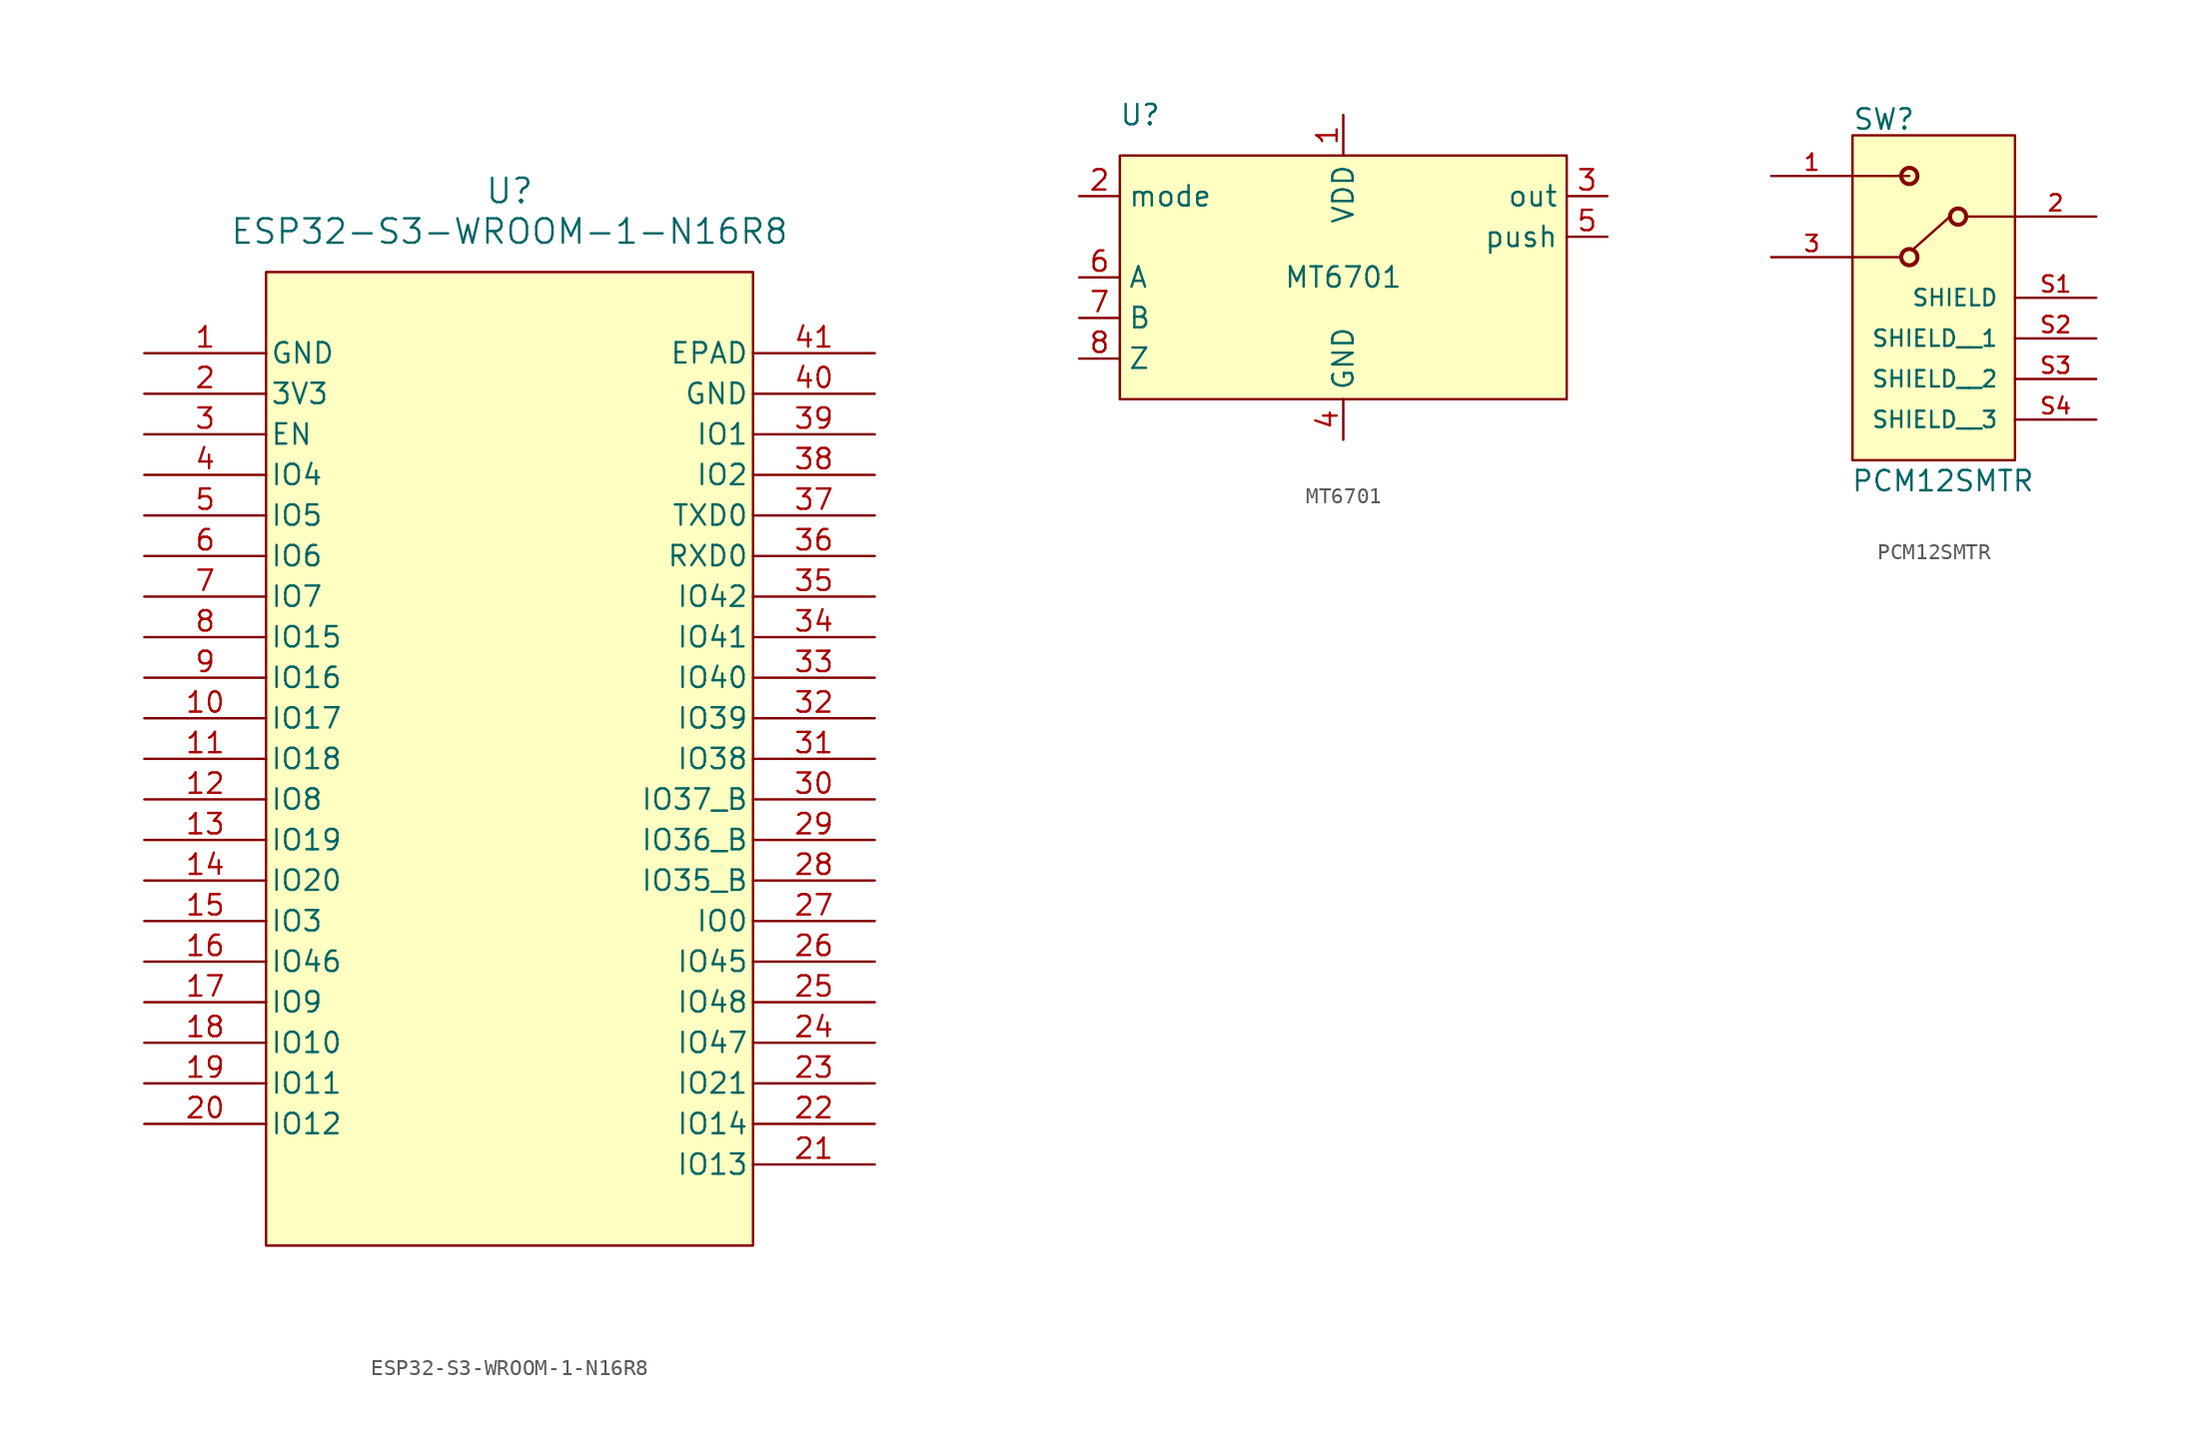
<source format=kicad_sym>
(kicad_symbol_lib
  (version 20220914)
  (generator kicad_symbol_editor)
  (symbol "ESP32-S3-WROOM-1-N16R8"
    (pin_names
      (offset 0.254))
    (property "Reference" "U"
      (at 0 35.56 0)
      (effects (font (size 1.524 1.524))))
    (property "Value" "ESP32-S3-WROOM-1-N16R8"
      (at 0 33.02 0)
      (effects (font (size 1.524 1.524))))
    (property "ki_locked" ""
      (at 0 0 0)
      (effects (font (size 1.27 1.27))))
    (symbol "ESP32-S3-WROOM-1-N16R8_0_1"
      (pin power_out line (at -22.86 25.4 0) (length 7.62) (name "GND" (effects (font (size 1.27 1.27)))) (number "1" (effects (font (size 1.27 1.27)))))
      (pin bidirectional line (at -22.86 2.54 0) (length 7.62) (name "IO17" (effects (font (size 1.27 1.27)))) (number "10" (effects (font (size 1.27 1.27)))))
      (pin bidirectional line (at -22.86 0 0) (length 7.62) (name "IO18" (effects (font (size 1.27 1.27)))) (number "11" (effects (font (size 1.27 1.27)))))
      (pin bidirectional line (at -22.86 -2.54 0) (length 7.62) (name "IO8" (effects (font (size 1.27 1.27)))) (number "12" (effects (font (size 1.27 1.27)))))
      (pin bidirectional line (at -22.86 -5.08 0) (length 7.62) (name "IO19" (effects (font (size 1.27 1.27)))) (number "13" (effects (font (size 1.27 1.27)))))
      (pin bidirectional line (at -22.86 -7.62 0) (length 7.62) (name "IO20" (effects (font (size 1.27 1.27)))) (number "14" (effects (font (size 1.27 1.27)))))
      (pin bidirectional line (at -22.86 -10.16 0) (length 7.62) (name "IO3" (effects (font (size 1.27 1.27)))) (number "15" (effects (font (size 1.27 1.27)))))
      (pin bidirectional line (at -22.86 -12.7 0) (length 7.62) (name "IO46" (effects (font (size 1.27 1.27)))) (number "16" (effects (font (size 1.27 1.27)))))
      (pin bidirectional line (at -22.86 -15.24 0) (length 7.62) (name "IO9" (effects (font (size 1.27 1.27)))) (number "17" (effects (font (size 1.27 1.27)))))
      (pin bidirectional line (at -22.86 -17.78 0) (length 7.62) (name "IO10" (effects (font (size 1.27 1.27)))) (number "18" (effects (font (size 1.27 1.27)))))
      (pin bidirectional line (at -22.86 -20.32 0) (length 7.62) (name "IO11" (effects (font (size 1.27 1.27)))) (number "19" (effects (font (size 1.27 1.27)))))
      (pin power_in line (at -22.86 22.86 0) (length 7.62) (name "3V3" (effects (font (size 1.27 1.27)))) (number "2" (effects (font (size 1.27 1.27)))))
      (pin bidirectional line (at -22.86 -22.86 0) (length 7.62) (name "IO12" (effects (font (size 1.27 1.27)))) (number "20" (effects (font (size 1.27 1.27)))))
      (pin bidirectional line (at 22.86 -25.4 180) (length 7.62) (name "IO13" (effects (font (size 1.27 1.27)))) (number "21" (effects (font (size 1.27 1.27)))))
      (pin bidirectional line (at 22.86 -22.86 180) (length 7.62) (name "IO14" (effects (font (size 1.27 1.27)))) (number "22" (effects (font (size 1.27 1.27)))))
      (pin bidirectional line (at 22.86 -20.32 180) (length 7.62) (name "IO21" (effects (font (size 1.27 1.27)))) (number "23" (effects (font (size 1.27 1.27)))))
      (pin bidirectional line (at 22.86 -17.78 180) (length 7.62) (name "IO47" (effects (font (size 1.27 1.27)))) (number "24" (effects (font (size 1.27 1.27)))))
      (pin bidirectional line (at 22.86 -15.24 180) (length 7.62) (name "IO48" (effects (font (size 1.27 1.27)))) (number "25" (effects (font (size 1.27 1.27)))))
      (pin bidirectional line (at 22.86 -12.7 180) (length 7.62) (name "IO45" (effects (font (size 1.27 1.27)))) (number "26" (effects (font (size 1.27 1.27)))))
      (pin bidirectional line (at 22.86 -10.16 180) (length 7.62) (name "IO0" (effects (font (size 1.27 1.27)))) (number "27" (effects (font (size 1.27 1.27)))))
      (pin bidirectional line (at 22.86 -7.62 180) (length 7.62) (name "IO35_B" (effects (font (size 1.27 1.27)))) (number "28" (effects (font (size 1.27 1.27)))))
      (pin bidirectional line (at 22.86 -5.08 180) (length 7.62) (name "IO36_B" (effects (font (size 1.27 1.27)))) (number "29" (effects (font (size 1.27 1.27)))))
      (pin input line (at -22.86 20.32 0) (length 7.62) (name "EN" (effects (font (size 1.27 1.27)))) (number "3" (effects (font (size 1.27 1.27)))))
      (pin bidirectional line (at 22.86 -2.54 180) (length 7.62) (name "IO37_B" (effects (font (size 1.27 1.27)))) (number "30" (effects (font (size 1.27 1.27)))))
      (pin bidirectional line (at 22.86 0 180) (length 7.62) (name "IO38" (effects (font (size 1.27 1.27)))) (number "31" (effects (font (size 1.27 1.27)))))
      (pin bidirectional line (at 22.86 2.54 180) (length 7.62) (name "IO39" (effects (font (size 1.27 1.27)))) (number "32" (effects (font (size 1.27 1.27)))))
      (pin bidirectional line (at 22.86 5.08 180) (length 7.62) (name "IO40" (effects (font (size 1.27 1.27)))) (number "33" (effects (font (size 1.27 1.27)))))
      (pin bidirectional line (at 22.86 7.62 180) (length 7.62) (name "IO41" (effects (font (size 1.27 1.27)))) (number "34" (effects (font (size 1.27 1.27)))))
      (pin bidirectional line (at 22.86 10.16 180) (length 7.62) (name "IO42" (effects (font (size 1.27 1.27)))) (number "35" (effects (font (size 1.27 1.27)))))
      (pin bidirectional line (at 22.86 12.7 180) (length 7.62) (name "RXD0" (effects (font (size 1.27 1.27)))) (number "36" (effects (font (size 1.27 1.27)))))
      (pin bidirectional line (at 22.86 15.24 180) (length 7.62) (name "TXD0" (effects (font (size 1.27 1.27)))) (number "37" (effects (font (size 1.27 1.27)))))
      (pin bidirectional line (at 22.86 17.78 180) (length 7.62) (name "IO2" (effects (font (size 1.27 1.27)))) (number "38" (effects (font (size 1.27 1.27)))))
      (pin bidirectional line (at 22.86 20.32 180) (length 7.62) (name "IO1" (effects (font (size 1.27 1.27)))) (number "39" (effects (font (size 1.27 1.27)))))
      (pin bidirectional line (at -22.86 17.78 0) (length 7.62) (name "IO4" (effects (font (size 1.27 1.27)))) (number "4" (effects (font (size 1.27 1.27)))))
      (pin power_out line (at 22.86 22.86 180) (length 7.62) (name "GND" (effects (font (size 1.27 1.27)))) (number "40" (effects (font (size 1.27 1.27)))))
      (pin power_out line (at 22.86 25.4 180) (length 7.62) (name "EPAD" (effects (font (size 1.27 1.27)))) (number "41" (effects (font (size 1.27 1.27)))))
      (pin bidirectional line (at -22.86 15.24 0) (length 7.62) (name "IO5" (effects (font (size 1.27 1.27)))) (number "5" (effects (font (size 1.27 1.27)))))
      (pin bidirectional line (at -22.86 12.7 0) (length 7.62) (name "IO6" (effects (font (size 1.27 1.27)))) (number "6" (effects (font (size 1.27 1.27)))))
      (pin bidirectional line (at -22.86 10.16 0) (length 7.62) (name "IO7" (effects (font (size 1.27 1.27)))) (number "7" (effects (font (size 1.27 1.27)))))
      (pin bidirectional line (at -22.86 7.62 0) (length 7.62) (name "IO15" (effects (font (size 1.27 1.27)))) (number "8" (effects (font (size 1.27 1.27)))))
      (pin bidirectional line (at -22.86 5.08 0) (length 7.62) (name "IO16" (effects (font (size 1.27 1.27)))) (number "9" (effects (font (size 1.27 1.27))))))
    (symbol "ESP32-S3-WROOM-1-N16R8_1_1"
      (rectangle (start -15.24 30.48) (end 15.24 -30.48) (stroke (width 0) (type default)) (fill (type background)))))
  (symbol "MT6701"
    (property "Reference" "U"
      (at -12.7 10.16 0)
      (effects (font (size 1.27 1.27))))
    (property "Value" "MT6701"
      (at 0 0 0)
      (effects (font (size 1.27 1.27))))
    (symbol "MT6701_1_1"
      (rectangle (start -13.97 7.62) (end 13.97 -7.62) (stroke (width 0) (type default)) (fill (type background)))
      (pin power_in line (at 0 10.16 270) (length 2.54) (name "VDD" (effects (font (size 1.27 1.27)))) (number "1" (effects (font (size 1.27 1.27)))))
      (pin input line (at -16.51 5.08 0) (length 2.54) (name "mode" (effects (font (size 1.27 1.27)))) (number "2" (effects (font (size 1.27 1.27)))))
      (pin output line (at 16.51 5.08 180) (length 2.54) (name "out" (effects (font (size 1.27 1.27)))) (number "3" (effects (font (size 1.27 1.27)))))
      (pin power_in line (at 0 -10.16 90) (length 2.54) (name "GND" (effects (font (size 1.27 1.27)))) (number "4" (effects (font (size 1.27 1.27)))))
      (pin output line (at 16.51 2.54 180) (length 2.54) (name "push" (effects (font (size 1.27 1.27)))) (number "5" (effects (font (size 1.27 1.27)))))
      (pin bidirectional line (at -16.51 0 0) (length 2.54) (name "A" (effects (font (size 1.27 1.27)))) (number "6" (effects (font (size 1.27 1.27)))))
      (pin bidirectional line (at -16.51 -2.54 0) (length 2.54) (name "B" (effects (font (size 1.27 1.27)))) (number "7" (effects (font (size 1.27 1.27)))))
      (pin bidirectional line (at -16.51 -5.08 0) (length 2.54) (name "Z" (effects (font (size 1.27 1.27)))) (number "8" (effects (font (size 1.27 1.27)))))))
  (symbol "PCM12SMTR"
    (pin_names
      (offset 1.016))
    (property "Reference" "SW"
      (at -5.084 5.339 0)
      (effects (font (size 1.27 1.27)) (justify left bottom)))
    (property "Value" "PCM12SMTR"
      (at -5.181 -17.282 0)
      (effects (font (size 1.27 1.27)) (justify left bottom)))
    (symbol "PCM12SMTR_0_0"
      (rectangle (start -5.08 -15.24) (end 5.08 5.08) (stroke (width 0.152) (type default)) (fill (type background)))
      (circle (center -1.524 -2.54) (radius 0.508) (stroke (width 0.254) (type default)) (fill (type none)))
      (circle (center -1.524 2.54) (radius 0.508) (stroke (width 0.254) (type default)) (fill (type none)))
      (polyline (pts (xy -5.08 -2.54) (xy -2.032 -2.54)) (stroke (width 0.152) (type default)) (fill (type none)))
      (polyline (pts (xy -5.08 2.54) (xy -1.524 2.54)) (stroke (width 0.152) (type default)) (fill (type none)))
      (polyline (pts (xy 1.016 0) (xy -1.27 -2.032)) (stroke (width 0.152) (type default)) (fill (type none)))
      (polyline (pts (xy 2.032 0) (xy 5.08 0)) (stroke (width 0.152) (type default)) (fill (type none)))
      (circle (center 1.524 0) (radius 0.508) (stroke (width 0.254) (type default)) (fill (type none)))
      (pin passive line (at -10.16 2.54 0) (length 5.08) (name "~" (effects (font (size 1.016 1.016)))) (number "1" (effects (font (size 1.016 1.016)))))
      (pin passive line (at 10.16 0 180) (length 5.08) (name "~" (effects (font (size 1.016 1.016)))) (number "2" (effects (font (size 1.016 1.016)))))
      (pin passive line (at -10.16 -2.54 0) (length 5.08) (name "~" (effects (font (size 1.016 1.016)))) (number "3" (effects (font (size 1.016 1.016)))))
      (pin passive line (at 10.16 -5.08 180) (length 5.08) (name "SHIELD" (effects (font (size 1.016 1.016)))) (number "S1" (effects (font (size 1.016 1.016)))))
      (pin passive line (at 10.16 -7.62 180) (length 5.08) (name "SHIELD__1" (effects (font (size 1.016 1.016)))) (number "S2" (effects (font (size 1.016 1.016)))))
      (pin passive line (at 10.16 -10.16 180) (length 5.08) (name "SHIELD__2" (effects (font (size 1.016 1.016)))) (number "S3" (effects (font (size 1.016 1.016)))))
      (pin passive line (at 10.16 -12.7 180) (length 5.08) (name "SHIELD__3" (effects (font (size 1.016 1.016)))) (number "S4" (effects (font (size 1.016 1.016))))))))
</source>
